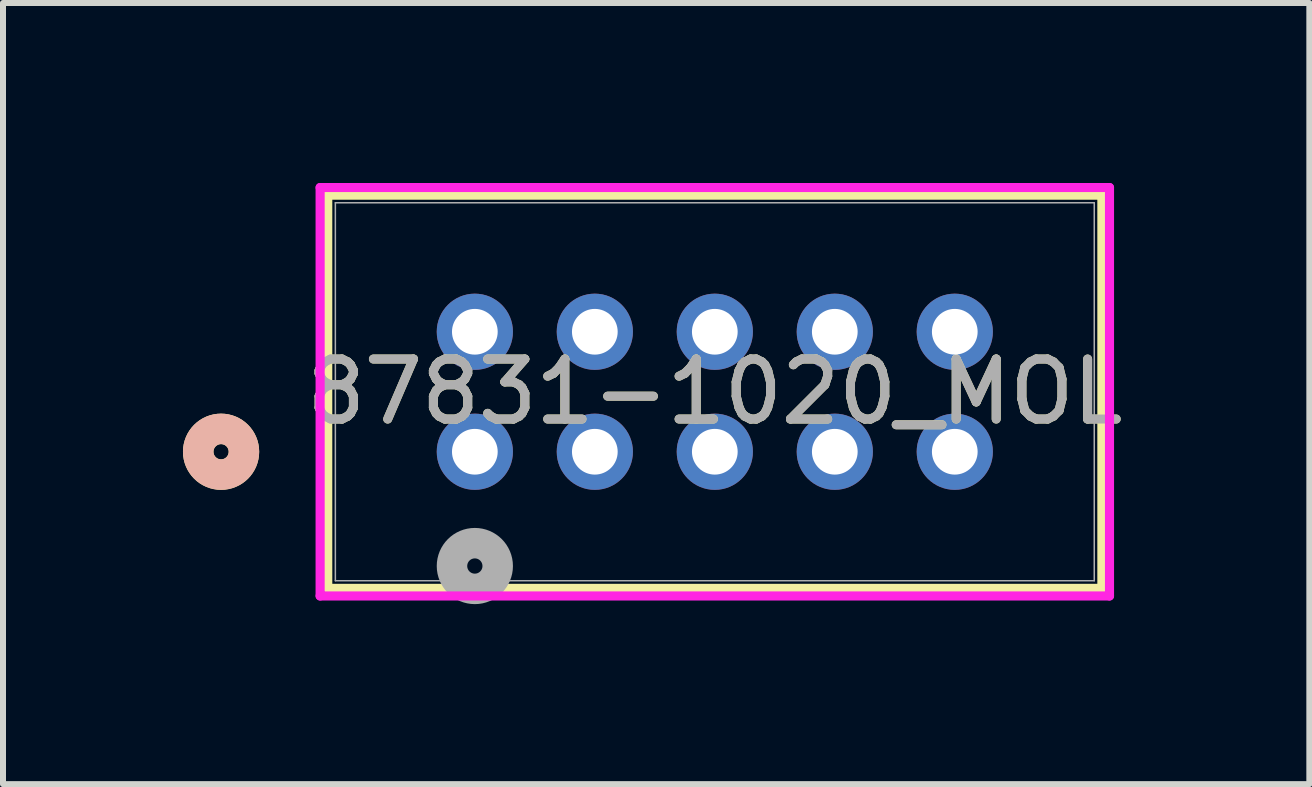
<source format=kicad_pcb>
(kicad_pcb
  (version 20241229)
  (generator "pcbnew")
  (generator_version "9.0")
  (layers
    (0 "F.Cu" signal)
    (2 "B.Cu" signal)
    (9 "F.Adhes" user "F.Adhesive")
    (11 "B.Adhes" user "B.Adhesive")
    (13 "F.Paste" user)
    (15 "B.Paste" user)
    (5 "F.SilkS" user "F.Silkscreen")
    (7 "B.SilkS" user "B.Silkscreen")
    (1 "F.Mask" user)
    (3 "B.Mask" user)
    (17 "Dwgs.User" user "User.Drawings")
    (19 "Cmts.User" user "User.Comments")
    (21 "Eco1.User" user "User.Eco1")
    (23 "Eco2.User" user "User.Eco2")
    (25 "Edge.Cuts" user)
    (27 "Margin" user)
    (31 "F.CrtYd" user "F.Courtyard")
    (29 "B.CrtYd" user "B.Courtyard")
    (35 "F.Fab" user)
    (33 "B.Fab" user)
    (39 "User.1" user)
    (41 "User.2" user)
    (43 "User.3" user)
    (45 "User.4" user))
  (footprint "87831-1020_MOL"
    (layer "F.Cu")
    (at 4.865 4.48)
    (property "Reference" "87831-1020_MOL" (at 4 -1 0) (unlocked yes) (layer "F.SilkS") (effects (font (size 1 1) (thickness 0.15))))
    (attr through_hole)
    (fp_line (start -2.452 -4.277) (end -2.452 2.277) (stroke (width 0.152) (type solid)) (layer "F.SilkS"))
    (fp_line (start -2.452 2.277) (end 10.452 2.277) (stroke (width 0.152) (type solid)) (layer "F.SilkS"))
    (fp_line (start 10.452 -4.277) (end -2.452 -4.277) (stroke (width 0.152) (type solid)) (layer "F.SilkS"))
    (fp_line (start 10.452 2.277) (end 10.452 -4.277) (stroke (width 0.152) (type solid)) (layer "F.SilkS"))
    (fp_circle (center -4.23 0) (end -3.849 0) (stroke (width 0.508) (type solid)) (fill no) (layer "F.SilkS"))
    (fp_circle (center -4.23 0) (end -3.849 0) (stroke (width 0.508) (type solid)) (fill no) (layer "B.SilkS"))
    (fp_line (start -2.579 -4.404) (end -2.579 2.404) (stroke (width 0.152) (type solid)) (layer "F.CrtYd"))
    (fp_line (start -2.579 2.404) (end 10.579 2.404) (stroke (width 0.152) (type solid)) (layer "F.CrtYd"))
    (fp_line (start 10.579 -4.404) (end -2.579 -4.404) (stroke (width 0.152) (type solid)) (layer "F.CrtYd"))
    (fp_line (start 10.579 2.404) (end 10.579 -4.404) (stroke (width 0.152) (type solid)) (layer "F.CrtYd"))
    (fp_line (start -2.325 -4.15) (end -2.325 2.15) (stroke (width 0.025) (type solid)) (layer "F.Fab"))
    (fp_line (start -2.325 2.15) (end 10.325 2.15) (stroke (width 0.025) (type solid)) (layer "F.Fab"))
    (fp_line (start 10.325 -4.15) (end -2.325 -4.15) (stroke (width 0.025) (type solid)) (layer "F.Fab"))
    (fp_line (start 10.325 2.15) (end 10.325 -4.15) (stroke (width 0.025) (type solid)) (layer "F.Fab"))
    (fp_circle (center 0 1.905) (end 0.381 1.905) (stroke (width 0.508) (type solid)) (fill no) (layer "F.Fab"))
    (fp_text user "${REFERENCE}" (at 4 -1 0) (unlocked yes) (layer "F.Fab") (effects (font (size 1 1) (thickness 0.15))))
    (pad "1" thru_hole circle (at 0 0) (size 1.27 1.27) (drill 0.762) (layers "*.Cu" "*.Mask"))
    (pad "2" thru_hole circle (at 2 0) (size 1.27 1.27) (drill 0.762) (layers "*.Cu" "*.Mask"))
    (pad "3" thru_hole circle (at 4 0) (size 1.27 1.27) (drill 0.762) (layers "*.Cu" "*.Mask"))
    (pad "4" thru_hole circle (at 6 0) (size 1.27 1.27) (drill 0.762) (layers "*.Cu" "*.Mask"))
    (pad "5" thru_hole circle (at 8 0) (size 1.27 1.27) (drill 0.762) (layers "*.Cu" "*.Mask"))
    (pad "6" thru_hole circle (at 0 -2) (size 1.27 1.27) (drill 0.762) (layers "*.Cu" "*.Mask"))
    (pad "7" thru_hole circle (at 2 -2) (size 1.27 1.27) (drill 0.762) (layers "*.Cu" "*.Mask"))
    (pad "8" thru_hole circle (at 4 -2) (size 1.27 1.27) (drill 0.762) (layers "*.Cu" "*.Mask"))
    (pad "9" thru_hole circle (at 6 -2) (size 1.27 1.27) (drill 0.762) (layers "*.Cu" "*.Mask"))
    (pad "10" thru_hole circle (at 8 -2) (size 1.27 1.27) (drill 0.762) (layers "*.Cu" "*.Mask")))
  (gr_rect
    (start -3 -3)
    (end 18.775 10.02)
    (stroke (width 0.1) (type default))
    (fill no)
    (layer "Edge.Cuts")))
</source>
